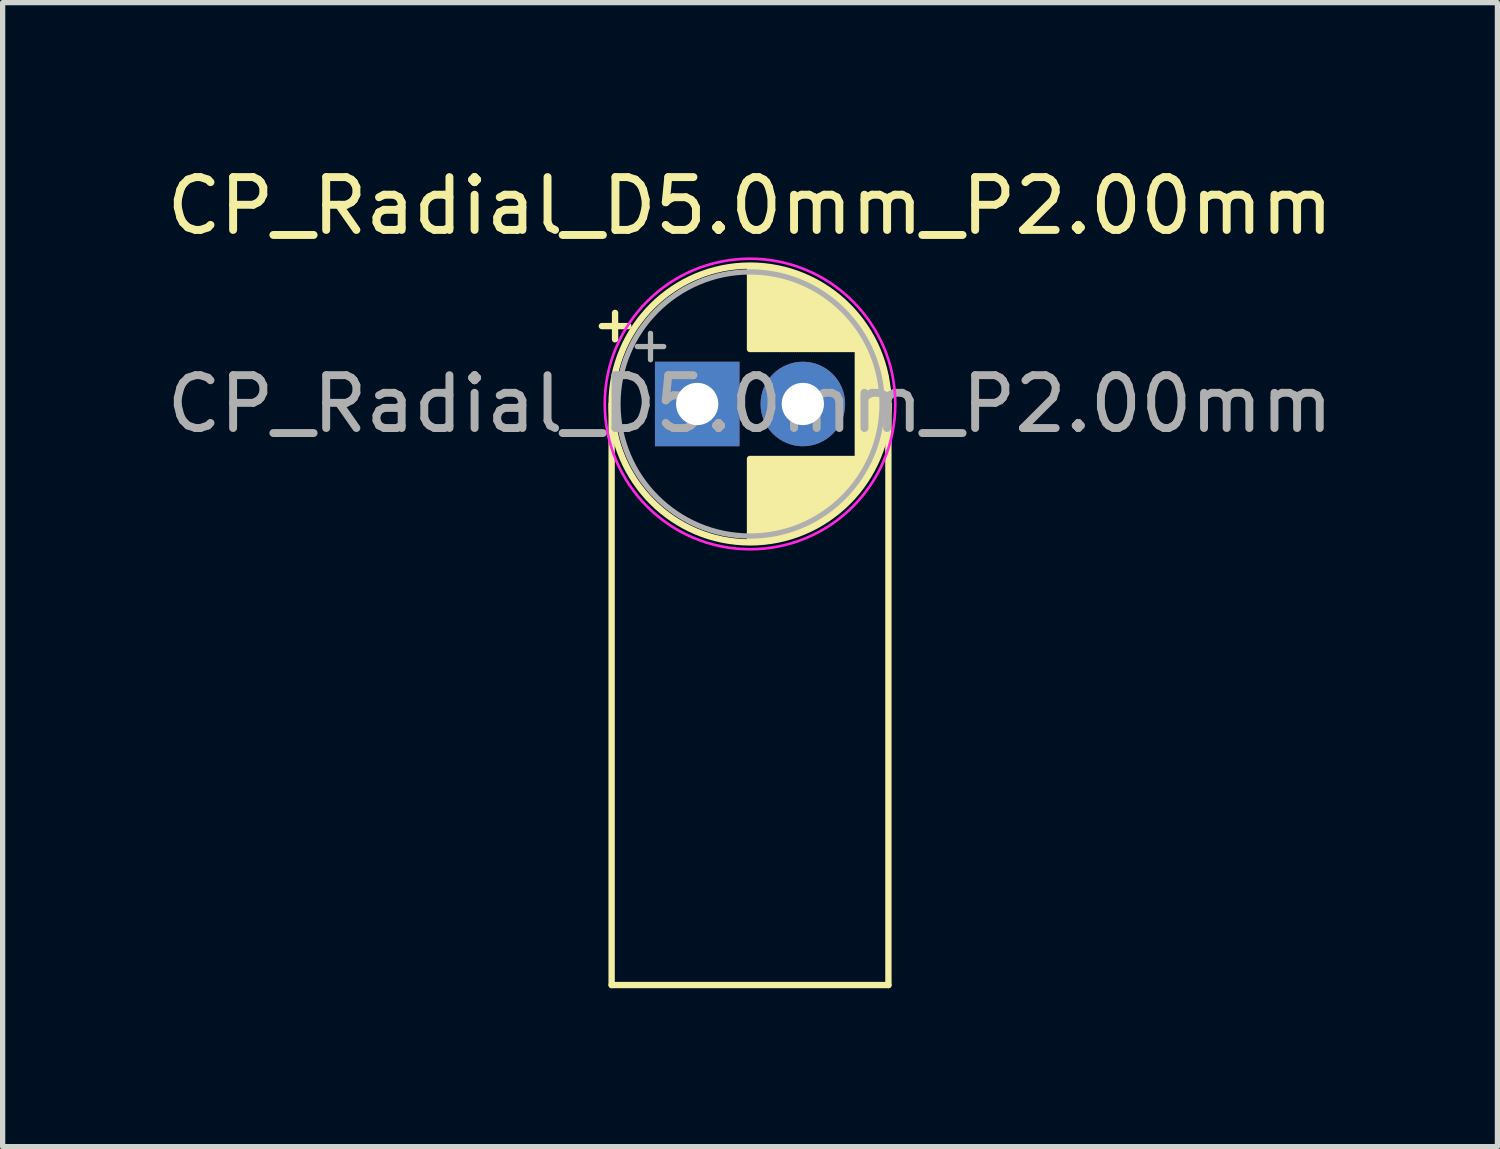
<source format=kicad_pcb>
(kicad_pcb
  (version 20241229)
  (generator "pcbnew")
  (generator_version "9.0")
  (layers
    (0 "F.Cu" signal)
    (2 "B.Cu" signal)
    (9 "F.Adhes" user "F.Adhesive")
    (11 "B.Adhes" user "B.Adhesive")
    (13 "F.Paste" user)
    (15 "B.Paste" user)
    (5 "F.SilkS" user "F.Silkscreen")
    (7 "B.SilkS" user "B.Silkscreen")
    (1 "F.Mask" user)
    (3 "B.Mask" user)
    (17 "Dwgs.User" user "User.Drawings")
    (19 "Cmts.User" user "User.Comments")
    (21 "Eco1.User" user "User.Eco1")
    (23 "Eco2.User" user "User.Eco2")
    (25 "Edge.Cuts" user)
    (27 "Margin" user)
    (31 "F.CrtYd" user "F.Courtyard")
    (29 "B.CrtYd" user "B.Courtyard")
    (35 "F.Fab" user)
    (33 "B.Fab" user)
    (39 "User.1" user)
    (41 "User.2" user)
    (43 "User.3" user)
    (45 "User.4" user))
  (footprint "CP_Radial_D5.0mm_P2.00mm"
    (layer "F.Cu")
    (at 10.149 4.598)
    (property "Reference" "CP_Radial_D5.0mm_P2.00mm" (at 1 -3.75 0) (layer "F.SilkS") (effects (font (size 1 1) (thickness 0.15))))
    (attr through_hole)
    (fp_line (start -1.805 -1.475) (end -1.305 -1.475) (stroke (width 0.12) (type solid)) (layer "F.SilkS"))
    (fp_line (start -1.62 0) (end -1.62 11) (stroke (width 0.12) (type solid)) (layer "F.SilkS"))
    (fp_line (start -1.62 11) (end 3.62 11) (stroke (width 0.12) (type solid)) (layer "F.SilkS"))
    (fp_line (start -1.555 -1.725) (end -1.555 -1.225) (stroke (width 0.12) (type solid)) (layer "F.SilkS"))
    (fp_line (start 1 -2.58) (end 1 -1.04) (stroke (width 0.12) (type solid)) (layer "F.SilkS"))
    (fp_line (start 1 1.04) (end 1 2.58) (stroke (width 0.12) (type solid)) (layer "F.SilkS"))
    (fp_line (start 1.04 -2.58) (end 1.04 -1.04) (stroke (width 0.12) (type solid)) (layer "F.SilkS"))
    (fp_line (start 1.04 1.04) (end 1.04 2.58) (stroke (width 0.12) (type solid)) (layer "F.SilkS"))
    (fp_line (start 1.08 -2.579) (end 1.08 -1.04) (stroke (width 0.12) (type solid)) (layer "F.SilkS"))
    (fp_line (start 1.08 1.04) (end 1.08 2.579) (stroke (width 0.12) (type solid)) (layer "F.SilkS"))
    (fp_line (start 1.12 -2.578) (end 1.12 -1.04) (stroke (width 0.12) (type solid)) (layer "F.SilkS"))
    (fp_line (start 1.12 1.04) (end 1.12 2.578) (stroke (width 0.12) (type solid)) (layer "F.SilkS"))
    (fp_line (start 1.16 -2.576) (end 1.16 -1.04) (stroke (width 0.12) (type solid)) (layer "F.SilkS"))
    (fp_line (start 1.16 1.04) (end 1.16 2.576) (stroke (width 0.12) (type solid)) (layer "F.SilkS"))
    (fp_line (start 1.2 -2.573) (end 1.2 -1.04) (stroke (width 0.12) (type solid)) (layer "F.SilkS"))
    (fp_line (start 1.2 1.04) (end 1.2 2.573) (stroke (width 0.12) (type solid)) (layer "F.SilkS"))
    (fp_line (start 1.24 -2.569) (end 1.24 -1.04) (stroke (width 0.12) (type solid)) (layer "F.SilkS"))
    (fp_line (start 1.24 1.04) (end 1.24 2.569) (stroke (width 0.12) (type solid)) (layer "F.SilkS"))
    (fp_line (start 1.28 -2.565) (end 1.28 -1.04) (stroke (width 0.12) (type solid)) (layer "F.SilkS"))
    (fp_line (start 1.28 1.04) (end 1.28 2.565) (stroke (width 0.12) (type solid)) (layer "F.SilkS"))
    (fp_line (start 1.32 -2.561) (end 1.32 -1.04) (stroke (width 0.12) (type solid)) (layer "F.SilkS"))
    (fp_line (start 1.32 1.04) (end 1.32 2.561) (stroke (width 0.12) (type solid)) (layer "F.SilkS"))
    (fp_line (start 1.36 -2.556) (end 1.36 -1.04) (stroke (width 0.12) (type solid)) (layer "F.SilkS"))
    (fp_line (start 1.36 1.04) (end 1.36 2.556) (stroke (width 0.12) (type solid)) (layer "F.SilkS"))
    (fp_line (start 1.4 -2.55) (end 1.4 -1.04) (stroke (width 0.12) (type solid)) (layer "F.SilkS"))
    (fp_line (start 1.4 1.04) (end 1.4 2.55) (stroke (width 0.12) (type solid)) (layer "F.SilkS"))
    (fp_line (start 1.44 -2.543) (end 1.44 -1.04) (stroke (width 0.12) (type solid)) (layer "F.SilkS"))
    (fp_line (start 1.44 1.04) (end 1.44 2.543) (stroke (width 0.12) (type solid)) (layer "F.SilkS"))
    (fp_line (start 1.48 -2.536) (end 1.48 -1.04) (stroke (width 0.12) (type solid)) (layer "F.SilkS"))
    (fp_line (start 1.48 1.04) (end 1.48 2.536) (stroke (width 0.12) (type solid)) (layer "F.SilkS"))
    (fp_line (start 1.52 -2.528) (end 1.52 -1.04) (stroke (width 0.12) (type solid)) (layer "F.SilkS"))
    (fp_line (start 1.52 1.04) (end 1.52 2.528) (stroke (width 0.12) (type solid)) (layer "F.SilkS"))
    (fp_line (start 1.56 -2.52) (end 1.56 -1.04) (stroke (width 0.12) (type solid)) (layer "F.SilkS"))
    (fp_line (start 1.56 1.04) (end 1.56 2.52) (stroke (width 0.12) (type solid)) (layer "F.SilkS"))
    (fp_line (start 1.6 -2.511) (end 1.6 -1.04) (stroke (width 0.12) (type solid)) (layer "F.SilkS"))
    (fp_line (start 1.6 1.04) (end 1.6 2.511) (stroke (width 0.12) (type solid)) (layer "F.SilkS"))
    (fp_line (start 1.64 -2.501) (end 1.64 -1.04) (stroke (width 0.12) (type solid)) (layer "F.SilkS"))
    (fp_line (start 1.64 1.04) (end 1.64 2.501) (stroke (width 0.12) (type solid)) (layer "F.SilkS"))
    (fp_line (start 1.68 -2.491) (end 1.68 -1.04) (stroke (width 0.12) (type solid)) (layer "F.SilkS"))
    (fp_line (start 1.68 1.04) (end 1.68 2.491) (stroke (width 0.12) (type solid)) (layer "F.SilkS"))
    (fp_line (start 1.721 -2.48) (end 1.721 -1.04) (stroke (width 0.12) (type solid)) (layer "F.SilkS"))
    (fp_line (start 1.721 1.04) (end 1.721 2.48) (stroke (width 0.12) (type solid)) (layer "F.SilkS"))
    (fp_line (start 1.761 -2.468) (end 1.761 -1.04) (stroke (width 0.12) (type solid)) (layer "F.SilkS"))
    (fp_line (start 1.761 1.04) (end 1.761 2.468) (stroke (width 0.12) (type solid)) (layer "F.SilkS"))
    (fp_line (start 1.801 -2.455) (end 1.801 -1.04) (stroke (width 0.12) (type solid)) (layer "F.SilkS"))
    (fp_line (start 1.801 1.04) (end 1.801 2.455) (stroke (width 0.12) (type solid)) (layer "F.SilkS"))
    (fp_line (start 1.841 -2.442) (end 1.841 -1.04) (stroke (width 0.12) (type solid)) (layer "F.SilkS"))
    (fp_line (start 1.841 1.04) (end 1.841 2.442) (stroke (width 0.12) (type solid)) (layer "F.SilkS"))
    (fp_line (start 1.881 -2.428) (end 1.881 -1.04) (stroke (width 0.12) (type solid)) (layer "F.SilkS"))
    (fp_line (start 1.881 1.04) (end 1.881 2.428) (stroke (width 0.12) (type solid)) (layer "F.SilkS"))
    (fp_line (start 1.921 -2.414) (end 1.921 -1.04) (stroke (width 0.12) (type solid)) (layer "F.SilkS"))
    (fp_line (start 1.921 1.04) (end 1.921 2.414) (stroke (width 0.12) (type solid)) (layer "F.SilkS"))
    (fp_line (start 1.961 -2.398) (end 1.961 -1.04) (stroke (width 0.12) (type solid)) (layer "F.SilkS"))
    (fp_line (start 1.961 1.04) (end 1.961 2.398) (stroke (width 0.12) (type solid)) (layer "F.SilkS"))
    (fp_line (start 2.001 -2.382) (end 2.001 -1.04) (stroke (width 0.12) (type solid)) (layer "F.SilkS"))
    (fp_line (start 2.001 1.04) (end 2.001 2.382) (stroke (width 0.12) (type solid)) (layer "F.SilkS"))
    (fp_line (start 2.041 -2.365) (end 2.041 -1.04) (stroke (width 0.12) (type solid)) (layer "F.SilkS"))
    (fp_line (start 2.041 1.04) (end 2.041 2.365) (stroke (width 0.12) (type solid)) (layer "F.SilkS"))
    (fp_line (start 2.081 -2.348) (end 2.081 -1.04) (stroke (width 0.12) (type solid)) (layer "F.SilkS"))
    (fp_line (start 2.081 1.04) (end 2.081 2.348) (stroke (width 0.12) (type solid)) (layer "F.SilkS"))
    (fp_line (start 2.121 -2.329) (end 2.121 -1.04) (stroke (width 0.12) (type solid)) (layer "F.SilkS"))
    (fp_line (start 2.121 1.04) (end 2.121 2.329) (stroke (width 0.12) (type solid)) (layer "F.SilkS"))
    (fp_line (start 2.161 -2.31) (end 2.161 -1.04) (stroke (width 0.12) (type solid)) (layer "F.SilkS"))
    (fp_line (start 2.161 1.04) (end 2.161 2.31) (stroke (width 0.12) (type solid)) (layer "F.SilkS"))
    (fp_line (start 2.201 -2.29) (end 2.201 -1.04) (stroke (width 0.12) (type solid)) (layer "F.SilkS"))
    (fp_line (start 2.201 1.04) (end 2.201 2.29) (stroke (width 0.12) (type solid)) (layer "F.SilkS"))
    (fp_line (start 2.241 -2.268) (end 2.241 -1.04) (stroke (width 0.12) (type solid)) (layer "F.SilkS"))
    (fp_line (start 2.241 1.04) (end 2.241 2.268) (stroke (width 0.12) (type solid)) (layer "F.SilkS"))
    (fp_line (start 2.281 -2.247) (end 2.281 -1.04) (stroke (width 0.12) (type solid)) (layer "F.SilkS"))
    (fp_line (start 2.281 1.04) (end 2.281 2.247) (stroke (width 0.12) (type solid)) (layer "F.SilkS"))
    (fp_line (start 2.321 -2.224) (end 2.321 -1.04) (stroke (width 0.12) (type solid)) (layer "F.SilkS"))
    (fp_line (start 2.321 1.04) (end 2.321 2.224) (stroke (width 0.12) (type solid)) (layer "F.SilkS"))
    (fp_line (start 2.361 -2.2) (end 2.361 -1.04) (stroke (width 0.12) (type solid)) (layer "F.SilkS"))
    (fp_line (start 2.361 1.04) (end 2.361 2.2) (stroke (width 0.12) (type solid)) (layer "F.SilkS"))
    (fp_line (start 2.401 -2.175) (end 2.401 -1.04) (stroke (width 0.12) (type solid)) (layer "F.SilkS"))
    (fp_line (start 2.401 1.04) (end 2.401 2.175) (stroke (width 0.12) (type solid)) (layer "F.SilkS"))
    (fp_line (start 2.441 -2.149) (end 2.441 -1.04) (stroke (width 0.12) (type solid)) (layer "F.SilkS"))
    (fp_line (start 2.441 1.04) (end 2.441 2.149) (stroke (width 0.12) (type solid)) (layer "F.SilkS"))
    (fp_line (start 2.481 -2.122) (end 2.481 -1.04) (stroke (width 0.12) (type solid)) (layer "F.SilkS"))
    (fp_line (start 2.481 1.04) (end 2.481 2.122) (stroke (width 0.12) (type solid)) (layer "F.SilkS"))
    (fp_line (start 2.521 -2.095) (end 2.521 -1.04) (stroke (width 0.12) (type solid)) (layer "F.SilkS"))
    (fp_line (start 2.521 1.04) (end 2.521 2.095) (stroke (width 0.12) (type solid)) (layer "F.SilkS"))
    (fp_line (start 2.561 -2.065) (end 2.561 -1.04) (stroke (width 0.12) (type solid)) (layer "F.SilkS"))
    (fp_line (start 2.561 1.04) (end 2.561 2.065) (stroke (width 0.12) (type solid)) (layer "F.SilkS"))
    (fp_line (start 2.601 -2.035) (end 2.601 -1.04) (stroke (width 0.12) (type solid)) (layer "F.SilkS"))
    (fp_line (start 2.601 1.04) (end 2.601 2.035) (stroke (width 0.12) (type solid)) (layer "F.SilkS"))
    (fp_line (start 2.641 -2.004) (end 2.641 -1.04) (stroke (width 0.12) (type solid)) (layer "F.SilkS"))
    (fp_line (start 2.641 1.04) (end 2.641 2.004) (stroke (width 0.12) (type solid)) (layer "F.SilkS"))
    (fp_line (start 2.681 -1.971) (end 2.681 -1.04) (stroke (width 0.12) (type solid)) (layer "F.SilkS"))
    (fp_line (start 2.681 1.04) (end 2.681 1.971) (stroke (width 0.12) (type solid)) (layer "F.SilkS"))
    (fp_line (start 2.721 -1.937) (end 2.721 -1.04) (stroke (width 0.12) (type solid)) (layer "F.SilkS"))
    (fp_line (start 2.721 1.04) (end 2.721 1.937) (stroke (width 0.12) (type solid)) (layer "F.SilkS"))
    (fp_line (start 2.761 -1.901) (end 2.761 -1.04) (stroke (width 0.12) (type solid)) (layer "F.SilkS"))
    (fp_line (start 2.761 1.04) (end 2.761 1.901) (stroke (width 0.12) (type solid)) (layer "F.SilkS"))
    (fp_line (start 2.801 -1.864) (end 2.801 -1.04) (stroke (width 0.12) (type solid)) (layer "F.SilkS"))
    (fp_line (start 2.801 1.04) (end 2.801 1.864) (stroke (width 0.12) (type solid)) (layer "F.SilkS"))
    (fp_line (start 2.841 -1.826) (end 2.841 -1.04) (stroke (width 0.12) (type solid)) (layer "F.SilkS"))
    (fp_line (start 2.841 1.04) (end 2.841 1.826) (stroke (width 0.12) (type solid)) (layer "F.SilkS"))
    (fp_line (start 2.881 -1.785) (end 2.881 -1.04) (stroke (width 0.12) (type solid)) (layer "F.SilkS"))
    (fp_line (start 2.881 1.04) (end 2.881 1.785) (stroke (width 0.12) (type solid)) (layer "F.SilkS"))
    (fp_line (start 2.921 -1.743) (end 2.921 -1.04) (stroke (width 0.12) (type solid)) (layer "F.SilkS"))
    (fp_line (start 2.921 1.04) (end 2.921 1.743) (stroke (width 0.12) (type solid)) (layer "F.SilkS"))
    (fp_line (start 2.961 -1.699) (end 2.961 -1.04) (stroke (width 0.12) (type solid)) (layer "F.SilkS"))
    (fp_line (start 2.961 1.04) (end 2.961 1.699) (stroke (width 0.12) (type solid)) (layer "F.SilkS"))
    (fp_line (start 3.001 -1.653) (end 3.001 -1.04) (stroke (width 0.12) (type solid)) (layer "F.SilkS"))
    (fp_line (start 3.001 1.04) (end 3.001 1.653) (stroke (width 0.12) (type solid)) (layer "F.SilkS"))
    (fp_line (start 3.041 -1.605) (end 3.041 1.605) (stroke (width 0.12) (type solid)) (layer "F.SilkS"))
    (fp_line (start 3.081 -1.554) (end 3.081 1.554) (stroke (width 0.12) (type solid)) (layer "F.SilkS"))
    (fp_line (start 3.121 -1.5) (end 3.121 1.5) (stroke (width 0.12) (type solid)) (layer "F.SilkS"))
    (fp_line (start 3.161 -1.443) (end 3.161 1.443) (stroke (width 0.12) (type solid)) (layer "F.SilkS"))
    (fp_line (start 3.201 -1.383) (end 3.201 1.383) (stroke (width 0.12) (type solid)) (layer "F.SilkS"))
    (fp_line (start 3.241 -1.319) (end 3.241 1.319) (stroke (width 0.12) (type solid)) (layer "F.SilkS"))
    (fp_line (start 3.281 -1.251) (end 3.281 1.251) (stroke (width 0.12) (type solid)) (layer "F.SilkS"))
    (fp_line (start 3.321 -1.178) (end 3.321 1.178) (stroke (width 0.12) (type solid)) (layer "F.SilkS"))
    (fp_line (start 3.361 -1.098) (end 3.361 1.098) (stroke (width 0.12) (type solid)) (layer "F.SilkS"))
    (fp_line (start 3.401 -1.011) (end 3.401 1.011) (stroke (width 0.12) (type solid)) (layer "F.SilkS"))
    (fp_line (start 3.441 -0.915) (end 3.441 0.915) (stroke (width 0.12) (type solid)) (layer "F.SilkS"))
    (fp_line (start 3.481 -0.805) (end 3.481 0.805) (stroke (width 0.12) (type solid)) (layer "F.SilkS"))
    (fp_line (start 3.521 -0.677) (end 3.521 0.677) (stroke (width 0.12) (type solid)) (layer "F.SilkS"))
    (fp_line (start 3.561 -0.518) (end 3.561 0.518) (stroke (width 0.12) (type solid)) (layer "F.SilkS"))
    (fp_line (start 3.601 -0.284) (end 3.601 0.284) (stroke (width 0.12) (type solid)) (layer "F.SilkS"))
    (fp_line (start 3.62 0) (end 3.62 11) (stroke (width 0.12) (type solid)) (layer "F.SilkS"))
    (fp_circle (center 1 0) (end 3.62 0) (stroke (width 0.12) (type solid)) (fill no) (layer "F.SilkS"))
    (fp_circle (center 1 0) (end 3.75 0) (stroke (width 0.05) (type solid)) (fill no) (layer "F.CrtYd"))
    (fp_line (start -1.134 -1.087) (end -0.634 -1.087) (stroke (width 0.1) (type solid)) (layer "F.Fab"))
    (fp_line (start -0.884 -1.337) (end -0.884 -0.838) (stroke (width 0.1) (type solid)) (layer "F.Fab"))
    (fp_circle (center 1 0) (end 3.5 0) (stroke (width 0.1) (type solid)) (fill no) (layer "F.Fab"))
    (fp_text user "${REFERENCE}" (at 1 0 0) (layer "F.Fab") (effects (font (size 1 1) (thickness 0.15))))
    (pad "1" thru_hole rect (at 0 0) (size 1.6 1.6) (drill 0.8) (layers "*.Cu" "*.Mask"))
    (pad "2" thru_hole circle (at 2 0) (size 1.6 1.6) (drill 0.8) (layers "*.Cu" "*.Mask")))
  (gr_rect
    (start -3 -3)
    (end 25.298 18.658)
    (stroke (width 0.1) (type default))
    (fill no)
    (layer "Edge.Cuts")))
</source>
